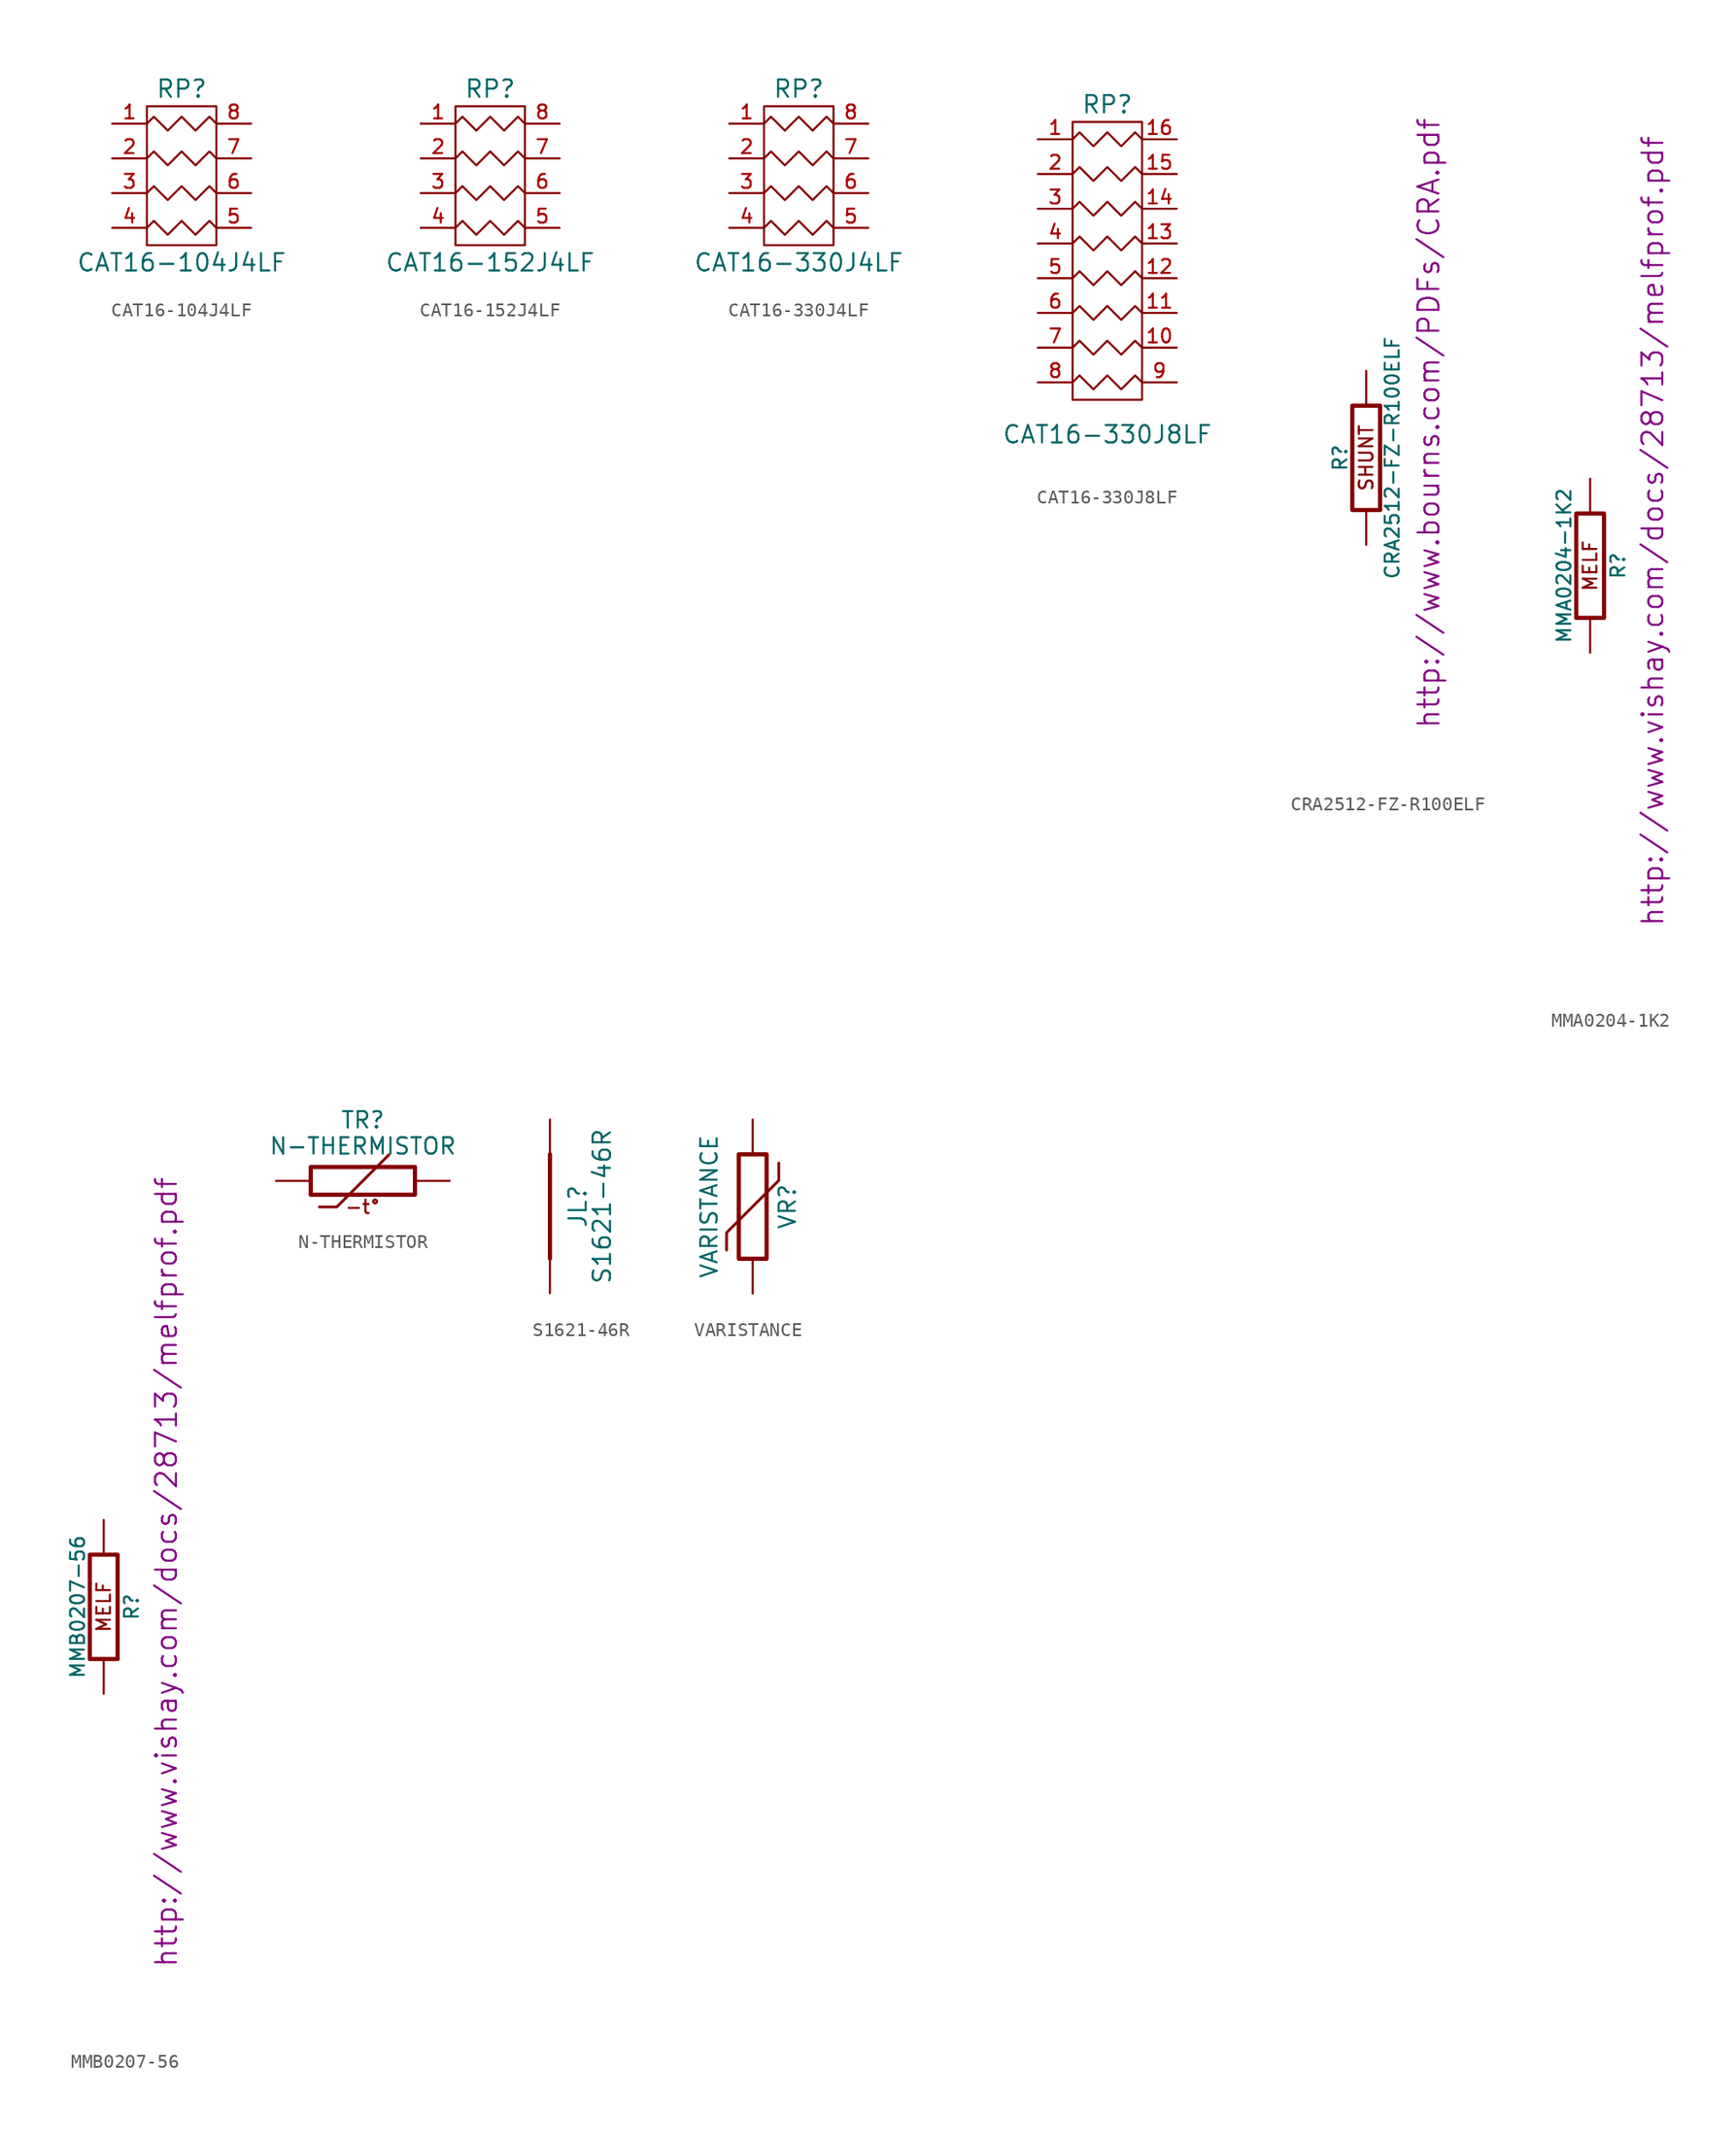
<source format=kicad_sym>
(kicad_symbol_lib
  (version 20201005)
  (generator kicad_symbol_editor)
  (symbol "CAT16-104J4LF"
    (pin_names hide)
    (property "Reference" "RP"
      (at 0 11.43 0)
      (effects (font (size 1.27 1.27))))
    (property "Value" "CAT16-104J4LF"
      (at 0 -1.27 0)
      (effects (font (size 1.27 1.27))))
    (symbol "CAT16-104J4LF_0_1"
      (polyline (pts (xy -2.54 10.16) (xy -2.54 0) (xy 2.54 0) (xy 2.54 10.16) (xy -2.54 10.16)) (stroke (width 0)) (fill (type none)))
      (polyline (pts (xy -2.54 1.27) (xy -2.032 1.778) (xy -1.016 0.762) (xy 0 1.778) (xy 1.016 0.762) (xy 2.032 1.778) (xy 2.54 1.27)) (stroke (width 0)) (fill (type none)))
      (polyline (pts (xy -2.54 3.81) (xy -2.032 4.318) (xy -1.016 3.302) (xy 0 4.318) (xy 1.016 3.302) (xy 2.032 4.318) (xy 2.54 3.81)) (stroke (width 0)) (fill (type none)))
      (polyline (pts (xy -2.54 6.35) (xy -2.032 6.858) (xy -1.016 5.842) (xy 0 6.858) (xy 1.016 5.842) (xy 2.032 6.858) (xy 2.54 6.35)) (stroke (width 0)) (fill (type none)))
      (polyline (pts (xy -2.54 8.89) (xy -2.032 9.398) (xy -1.016 8.382) (xy 0 9.398) (xy 1.016 8.382) (xy 2.032 9.398) (xy 2.54 8.89)) (stroke (width 0)) (fill (type none))))
    (symbol "CAT16-104J4LF_1_1"
      (pin passive line (at -5.08 8.89 0) (length 2.54) (name "P1" (effects (font (size 1.016 1.016)))) (number "1" (effects (font (size 1.016 1.016)))))
      (pin passive line (at -5.08 6.35 0) (length 2.54) (name "P2" (effects (font (size 1.016 1.016)))) (number "2" (effects (font (size 1.016 1.016)))))
      (pin passive line (at -5.08 3.81 0) (length 2.54) (name "P3" (effects (font (size 1.016 1.016)))) (number "3" (effects (font (size 1.016 1.016)))))
      (pin passive line (at -5.08 1.27 0) (length 2.54) (name "P4" (effects (font (size 1.016 1.016)))) (number "4" (effects (font (size 1.016 1.016)))))
      (pin passive line (at 5.08 1.27 180) (length 2.54) (name "R4" (effects (font (size 1.016 1.016)))) (number "5" (effects (font (size 1.016 1.016)))))
      (pin passive line (at 5.08 3.81 180) (length 2.54) (name "R3" (effects (font (size 1.016 1.016)))) (number "6" (effects (font (size 1.016 1.016)))))
      (pin passive line (at 5.08 6.35 180) (length 2.54) (name "R2" (effects (font (size 1.016 1.016)))) (number "7" (effects (font (size 1.016 1.016)))))
      (pin passive line (at 5.08 8.89 180) (length 2.54) (name "R1" (effects (font (size 1.016 1.016)))) (number "8" (effects (font (size 1.016 1.016)))))))
  (symbol "CAT16-152J4LF"
    (pin_names hide)
    (property "Reference" "RP"
      (at 0 6.35 0)
      (effects (font (size 1.27 1.27))))
    (property "Value" "CAT16-152J4LF"
      (at 0 -6.35 0)
      (effects (font (size 1.27 1.27))))
    (symbol "CAT16-152J4LF_0_1"
      (polyline (pts (xy -2.54 5.08) (xy -2.54 -5.08) (xy 2.54 -5.08) (xy 2.54 5.08) (xy -2.54 5.08)) (stroke (width 0)) (fill (type none)))
      (polyline (pts (xy -2.54 -3.81) (xy -2.032 -3.302) (xy -1.016 -4.318) (xy 0 -3.302) (xy 1.016 -4.318) (xy 2.032 -3.302) (xy 2.54 -3.81)) (stroke (width 0)) (fill (type none)))
      (polyline (pts (xy -2.54 -1.27) (xy -2.032 -0.762) (xy -1.016 -1.778) (xy 0 -0.762) (xy 1.016 -1.778) (xy 2.032 -0.762) (xy 2.54 -1.27)) (stroke (width 0)) (fill (type none)))
      (polyline (pts (xy -2.54 1.27) (xy -2.032 1.778) (xy -1.016 0.762) (xy 0 1.778) (xy 1.016 0.762) (xy 2.032 1.778) (xy 2.54 1.27)) (stroke (width 0)) (fill (type none)))
      (polyline (pts (xy -2.54 3.81) (xy -2.032 4.318) (xy -1.016 3.302) (xy 0 4.318) (xy 1.016 3.302) (xy 2.032 4.318) (xy 2.54 3.81)) (stroke (width 0)) (fill (type none))))
    (symbol "CAT16-152J4LF_1_1"
      (pin passive line (at -5.08 3.81 0) (length 2.54) (name "P1" (effects (font (size 1.016 1.016)))) (number "1" (effects (font (size 1.016 1.016)))))
      (pin passive line (at -5.08 1.27 0) (length 2.54) (name "P2" (effects (font (size 1.016 1.016)))) (number "2" (effects (font (size 1.016 1.016)))))
      (pin passive line (at -5.08 -1.27 0) (length 2.54) (name "P3" (effects (font (size 1.016 1.016)))) (number "3" (effects (font (size 1.016 1.016)))))
      (pin passive line (at -5.08 -3.81 0) (length 2.54) (name "P4" (effects (font (size 1.016 1.016)))) (number "4" (effects (font (size 1.016 1.016)))))
      (pin passive line (at 5.08 -3.81 180) (length 2.54) (name "R4" (effects (font (size 1.016 1.016)))) (number "5" (effects (font (size 1.016 1.016)))))
      (pin passive line (at 5.08 -1.27 180) (length 2.54) (name "R3" (effects (font (size 1.016 1.016)))) (number "6" (effects (font (size 1.016 1.016)))))
      (pin passive line (at 5.08 1.27 180) (length 2.54) (name "R2" (effects (font (size 1.016 1.016)))) (number "7" (effects (font (size 1.016 1.016)))))
      (pin passive line (at 5.08 3.81 180) (length 2.54) (name "R1" (effects (font (size 1.016 1.016)))) (number "8" (effects (font (size 1.016 1.016)))))))
  (symbol "CAT16-330J4LF"
    (pin_names hide)
    (property "Reference" "RP"
      (at 0 6.35 0)
      (effects (font (size 1.27 1.27))))
    (property "Value" "CAT16-330J4LF"
      (at 0 -6.35 0)
      (effects (font (size 1.27 1.27))))
    (symbol "CAT16-330J4LF_0_1"
      (polyline (pts (xy -2.54 5.08) (xy -2.54 -5.08) (xy 2.54 -5.08) (xy 2.54 5.08) (xy -2.54 5.08)) (stroke (width 0)) (fill (type none)))
      (polyline (pts (xy -2.54 -3.81) (xy -2.032 -3.302) (xy -1.016 -4.318) (xy 0 -3.302) (xy 1.016 -4.318) (xy 2.032 -3.302) (xy 2.54 -3.81)) (stroke (width 0)) (fill (type none)))
      (polyline (pts (xy -2.54 -1.27) (xy -2.032 -0.762) (xy -1.016 -1.778) (xy 0 -0.762) (xy 1.016 -1.778) (xy 2.032 -0.762) (xy 2.54 -1.27)) (stroke (width 0)) (fill (type none)))
      (polyline (pts (xy -2.54 1.27) (xy -2.032 1.778) (xy -1.016 0.762) (xy 0 1.778) (xy 1.016 0.762) (xy 2.032 1.778) (xy 2.54 1.27)) (stroke (width 0)) (fill (type none)))
      (polyline (pts (xy -2.54 3.81) (xy -2.032 4.318) (xy -1.016 3.302) (xy 0 4.318) (xy 1.016 3.302) (xy 2.032 4.318) (xy 2.54 3.81)) (stroke (width 0)) (fill (type none))))
    (symbol "CAT16-330J4LF_1_1"
      (pin passive line (at -5.08 3.81 0) (length 2.54) (name "P1" (effects (font (size 1.016 1.016)))) (number "1" (effects (font (size 1.016 1.016)))))
      (pin passive line (at -5.08 1.27 0) (length 2.54) (name "P2" (effects (font (size 1.016 1.016)))) (number "2" (effects (font (size 1.016 1.016)))))
      (pin passive line (at -5.08 -1.27 0) (length 2.54) (name "P3" (effects (font (size 1.016 1.016)))) (number "3" (effects (font (size 1.016 1.016)))))
      (pin passive line (at -5.08 -3.81 0) (length 2.54) (name "P4" (effects (font (size 1.016 1.016)))) (number "4" (effects (font (size 1.016 1.016)))))
      (pin passive line (at 5.08 -3.81 180) (length 2.54) (name "R4" (effects (font (size 1.016 1.016)))) (number "5" (effects (font (size 1.016 1.016)))))
      (pin passive line (at 5.08 -1.27 180) (length 2.54) (name "R3" (effects (font (size 1.016 1.016)))) (number "6" (effects (font (size 1.016 1.016)))))
      (pin passive line (at 5.08 1.27 180) (length 2.54) (name "R2" (effects (font (size 1.016 1.016)))) (number "7" (effects (font (size 1.016 1.016)))))
      (pin passive line (at 5.08 3.81 180) (length 2.54) (name "R1" (effects (font (size 1.016 1.016)))) (number "8" (effects (font (size 1.016 1.016)))))))
  (symbol "CAT16-330J8LF"
    (pin_names hide)
    (property "Reference" "RP"
      (at 0 11.43 0)
      (effects (font (size 1.27 1.27))))
    (property "Value" "CAT16-330J8LF"
      (at 0 -12.7 0)
      (effects (font (size 1.27 1.27))))
    (symbol "CAT16-330J8LF_0_1"
      (rectangle (start -2.54 10.16) (end 2.54 -10.16) (stroke (width 0)) (fill (type none)))
      (polyline (pts (xy -2.54 1.27) (xy -2.032 1.778) (xy -1.016 0.762) (xy 0 1.778) (xy 1.016 0.762) (xy 2.032 1.778) (xy 2.54 1.27)) (stroke (width 0)) (fill (type none)))
      (polyline (pts (xy -2.54 3.81) (xy -2.032 4.318) (xy -1.016 3.302) (xy 0 4.318) (xy 1.016 3.302) (xy 2.032 4.318) (xy 2.54 3.81)) (stroke (width 0)) (fill (type none)))
      (polyline (pts (xy -2.54 6.35) (xy -2.032 6.858) (xy -1.016 5.842) (xy 0 6.858) (xy 1.016 5.842) (xy 2.032 6.858) (xy 2.54 6.35)) (stroke (width 0)) (fill (type none)))
      (polyline (pts (xy -2.54 8.89) (xy -2.032 9.398) (xy -1.016 8.382) (xy 0 9.398) (xy 1.016 8.382) (xy 2.032 9.398) (xy 2.54 8.89)) (stroke (width 0)) (fill (type none))))
    (symbol "CAT16-330J8LF_1_1"
      (polyline (pts (xy -2.54 -8.89) (xy -2.032 -8.382) (xy -1.016 -9.398) (xy 0 -8.382) (xy 1.016 -9.398) (xy 2.032 -8.382) (xy 2.54 -8.89)) (stroke (width 0)) (fill (type none)))
      (polyline (pts (xy -2.54 -6.35) (xy -2.032 -5.842) (xy -1.016 -6.858) (xy 0 -5.842) (xy 1.016 -6.858) (xy 2.032 -5.842) (xy 2.54 -6.35)) (stroke (width 0)) (fill (type none)))
      (polyline (pts (xy -2.54 -3.81) (xy -2.032 -3.302) (xy -1.016 -4.318) (xy 0 -3.302) (xy 1.016 -4.318) (xy 2.032 -3.302) (xy 2.54 -3.81)) (stroke (width 0)) (fill (type none)))
      (polyline (pts (xy -2.54 -1.27) (xy -2.032 -0.762) (xy -1.016 -1.778) (xy 0 -0.762) (xy 1.016 -1.778) (xy 2.032 -0.762) (xy 2.54 -1.27)) (stroke (width 0)) (fill (type none)))
      (pin passive line (at -5.08 8.89 0) (length 2.54) (name "P1" (effects (font (size 1.016 1.016)))) (number "1" (effects (font (size 1.016 1.016)))))
      (pin passive line (at 5.08 -6.35 180) (length 2.54) (name "P10" (effects (font (size 1.016 1.016)))) (number "10" (effects (font (size 1.016 1.016)))))
      (pin passive line (at 5.08 -3.81 180) (length 2.54) (name "P11" (effects (font (size 1.016 1.016)))) (number "11" (effects (font (size 1.016 1.016)))))
      (pin passive line (at 5.08 -1.27 180) (length 2.54) (name "P12" (effects (font (size 1.016 1.016)))) (number "12" (effects (font (size 1.016 1.016)))))
      (pin passive line (at 5.08 1.27 180) (length 2.54) (name "P13" (effects (font (size 1.016 1.016)))) (number "13" (effects (font (size 1.016 1.016)))))
      (pin passive line (at 5.08 3.81 180) (length 2.54) (name "P14" (effects (font (size 1.016 1.016)))) (number "14" (effects (font (size 1.016 1.016)))))
      (pin passive line (at 5.08 6.35 180) (length 2.54) (name "P15" (effects (font (size 1.016 1.016)))) (number "15" (effects (font (size 1.016 1.016)))))
      (pin passive line (at 5.08 8.89 180) (length 2.54) (name "P16" (effects (font (size 1.016 1.016)))) (number "16" (effects (font (size 1.016 1.016)))))
      (pin passive line (at -5.08 6.35 0) (length 2.54) (name "P2" (effects (font (size 1.016 1.016)))) (number "2" (effects (font (size 1.016 1.016)))))
      (pin passive line (at -5.08 3.81 0) (length 2.54) (name "P3" (effects (font (size 1.016 1.016)))) (number "3" (effects (font (size 1.016 1.016)))))
      (pin passive line (at -5.08 1.27 0) (length 2.54) (name "P4" (effects (font (size 1.016 1.016)))) (number "4" (effects (font (size 1.016 1.016)))))
      (pin passive line (at -5.08 -1.27 0) (length 2.54) (name "P5" (effects (font (size 1.016 1.016)))) (number "5" (effects (font (size 1.016 1.016)))))
      (pin passive line (at -5.08 -3.81 0) (length 2.54) (name "P6" (effects (font (size 1.016 1.016)))) (number "6" (effects (font (size 1.016 1.016)))))
      (pin passive line (at -5.08 -6.35 0) (length 2.54) (name "P7" (effects (font (size 1.016 1.016)))) (number "7" (effects (font (size 1.016 1.016)))))
      (pin passive line (at -5.08 -8.89 0) (length 2.54) (name "P8" (effects (font (size 1.016 1.016)))) (number "8" (effects (font (size 1.016 1.016)))))
      (pin passive line (at 5.08 -8.89 180) (length 2.54) (name "P9" (effects (font (size 1.016 1.016)))) (number "9" (effects (font (size 1.016 1.016)))))))
  (symbol "CRA2512-FZ-R100ELF"
    (pin_numbers hide)
    (pin_names
      (offset 0))
    (property "Reference" "R"
      (at -1.905 0 90)
      (effects (font (size 1.016 1.016))))
    (property "Value" "CRA2512-FZ-R100ELF"
      (at 1.905 0 90)
      (effects (font (size 1.016 1.016))))
    (property "Datasheet" "http://www.bourns.com/PDFs/CRA.pdf"
      (at 4.572 2.54 90)
      (effects (font (size 1.524 1.524))))
    (symbol "CRA2512-FZ-R100ELF_0_0"
      (text "SHUNT" (at 0 0 900) (effects (font (size 0.991 0.991)))))
    (symbol "CRA2512-FZ-R100ELF_0_1"
      (rectangle (start -1.016 3.81) (end 1.016 -3.81) (stroke (width 0.305)) (fill (type none))))
    (symbol "CRA2512-FZ-R100ELF_1_1"
      (pin passive line (at 0 6.35 270) (length 2.54) (name "~" (effects (font (size 1.524 1.524)))) (number "1" (effects (font (size 1.524 1.524)))))
      (pin passive line (at 0 -6.35 90) (length 2.54) (name "~" (effects (font (size 1.524 1.524)))) (number "2" (effects (font (size 1.524 1.524)))))))
  (symbol "MMA0204-1K2"
    (pin_numbers hide)
    (pin_names
      (offset 0))
    (property "Reference" "R"
      (at 2.032 0 90)
      (effects (font (size 1.016 1.016))))
    (property "Value" "MMA0204-1K2"
      (at -1.905 0 90)
      (effects (font (size 1.016 1.016))))
    (property "Datasheet" "http://www.vishay.com/docs/28713/melfprof.pdf"
      (at 4.572 2.54 90)
      (effects (font (size 1.524 1.524))))
    (symbol "MMA0204-1K2_0_0"
      (text "MELF" (at 0 0 900) (effects (font (size 0.991 0.991)))))
    (symbol "MMA0204-1K2_0_1"
      (rectangle (start -1.016 3.81) (end 1.016 -3.81) (stroke (width 0.305)) (fill (type none))))
    (symbol "MMA0204-1K2_1_1"
      (pin passive line (at 0 6.35 270) (length 2.54) (name "~" (effects (font (size 1.524 1.524)))) (number "1" (effects (font (size 1.524 1.524)))))
      (pin passive line (at 0 -6.35 90) (length 2.54) (name "~" (effects (font (size 1.524 1.524)))) (number "2" (effects (font (size 1.524 1.524)))))))
  (symbol "MMB0207-56"
    (pin_numbers hide)
    (pin_names
      (offset 0))
    (property "Reference" "R"
      (at 2.032 0 90)
      (effects (font (size 1.016 1.016))))
    (property "Value" "MMB0207-56"
      (at -1.905 0 90)
      (effects (font (size 1.016 1.016))))
    (property "Datasheet" "http://www.vishay.com/docs/28713/melfprof.pdf"
      (at 4.572 2.54 90)
      (effects (font (size 1.524 1.524))))
    (symbol "MMB0207-56_0_0"
      (text "MELF" (at 0 0 900) (effects (font (size 0.991 0.991)))))
    (symbol "MMB0207-56_0_1"
      (rectangle (start -1.016 3.81) (end 1.016 -3.81) (stroke (width 0.305)) (fill (type none))))
    (symbol "MMB0207-56_1_1"
      (pin passive line (at 0 6.35 270) (length 2.54) (name "~" (effects (font (size 1.524 1.524)))) (number "1" (effects (font (size 1.524 1.524)))))
      (pin passive line (at 0 -6.35 90) (length 2.54) (name "~" (effects (font (size 1.524 1.524)))) (number "2" (effects (font (size 1.524 1.524)))))))
  (symbol "N-THERMISTOR"
    (pin_numbers hide)
    (pin_names
      (offset 0))
    (property "Reference" "TR"
      (at 0 4.445 0)
      (effects (font (size 1.194 1.194))))
    (property "Value" "N-THERMISTOR"
      (at 0 2.54 0)
      (effects (font (size 1.194 1.194))))
    (symbol "N-THERMISTOR_0_0"
      (text "-t°" (at 0 -1.905 0) (effects (font (size 0.991 0.991)))))
    (symbol "N-THERMISTOR_0_1"
      (rectangle (start -3.81 -1.016) (end 3.81 1.016) (stroke (width 0.305)) (fill (type none)))
      (polyline (pts (xy -3.175 -1.905) (xy -1.905 -1.905) (xy 1.905 1.905)) (stroke (width 0.203)) (fill (type none))))
    (symbol "N-THERMISTOR_1_1"
      (pin passive line (at -6.35 0 0) (length 2.54) (name "~" (effects (font (size 1.524 1.524)))) (number "1" (effects (font (size 1.524 1.524)))))
      (pin passive line (at 6.35 0 180) (length 2.54) (name "~" (effects (font (size 1.524 1.524)))) (number "2" (effects (font (size 1.524 1.524)))))))
  (symbol "S1621-46R"
    (pin_numbers hide)
    (pin_names
      (offset 0))
    (property "Reference" "JL"
      (at 2.032 0 90)
      (effects (font (size 1.27 1.27))))
    (property "Value" "S1621-46R"
      (at 3.81 0 90)
      (effects (font (size 1.27 1.27))))
    (symbol "S1621-46R_0_1"
      (polyline (pts (xy 0 3.81) (xy 0 -3.81)) (stroke (width 0.305)) (fill (type none))))
    (symbol "S1621-46R_1_1"
      (pin passive line (at 0 6.35 270) (length 2.54) (name "~" (effects (font (size 1.524 1.524)))) (number "1" (effects (font (size 1.524 1.524)))))
      (pin passive line (at 0 -6.35 90) (length 2.54) (name "~" (effects (font (size 1.524 1.524)))) (number "2" (effects (font (size 1.524 1.524)))))))
  (symbol "VARISTANCE"
    (pin_numbers hide)
    (pin_names
      (offset 0))
    (property "Reference" "VR"
      (at 2.54 0 90)
      (effects (font (size 1.194 1.194))))
    (property "Value" "VARISTANCE"
      (at -3.175 0 90)
      (effects (font (size 1.194 1.194))))
    (symbol "VARISTANCE_0_1"
      (rectangle (start -1.016 3.81) (end 1.016 -3.81) (stroke (width 0.305)) (fill (type none)))
      (polyline (pts (xy -1.905 -3.175) (xy -1.905 -1.905) (xy 1.905 1.905) (xy 1.905 3.175)) (stroke (width 0.203)) (fill (type none))))
    (symbol "VARISTANCE_1_1"
      (pin passive line (at 0 6.35 270) (length 2.54) (name "~" (effects (font (size 1.524 1.524)))) (number "1" (effects (font (size 1.524 1.524)))))
      (pin passive line (at 0 -6.35 90) (length 2.54) (name "~" (effects (font (size 1.524 1.524)))) (number "2" (effects (font (size 1.524 1.524))))))))
</source>
